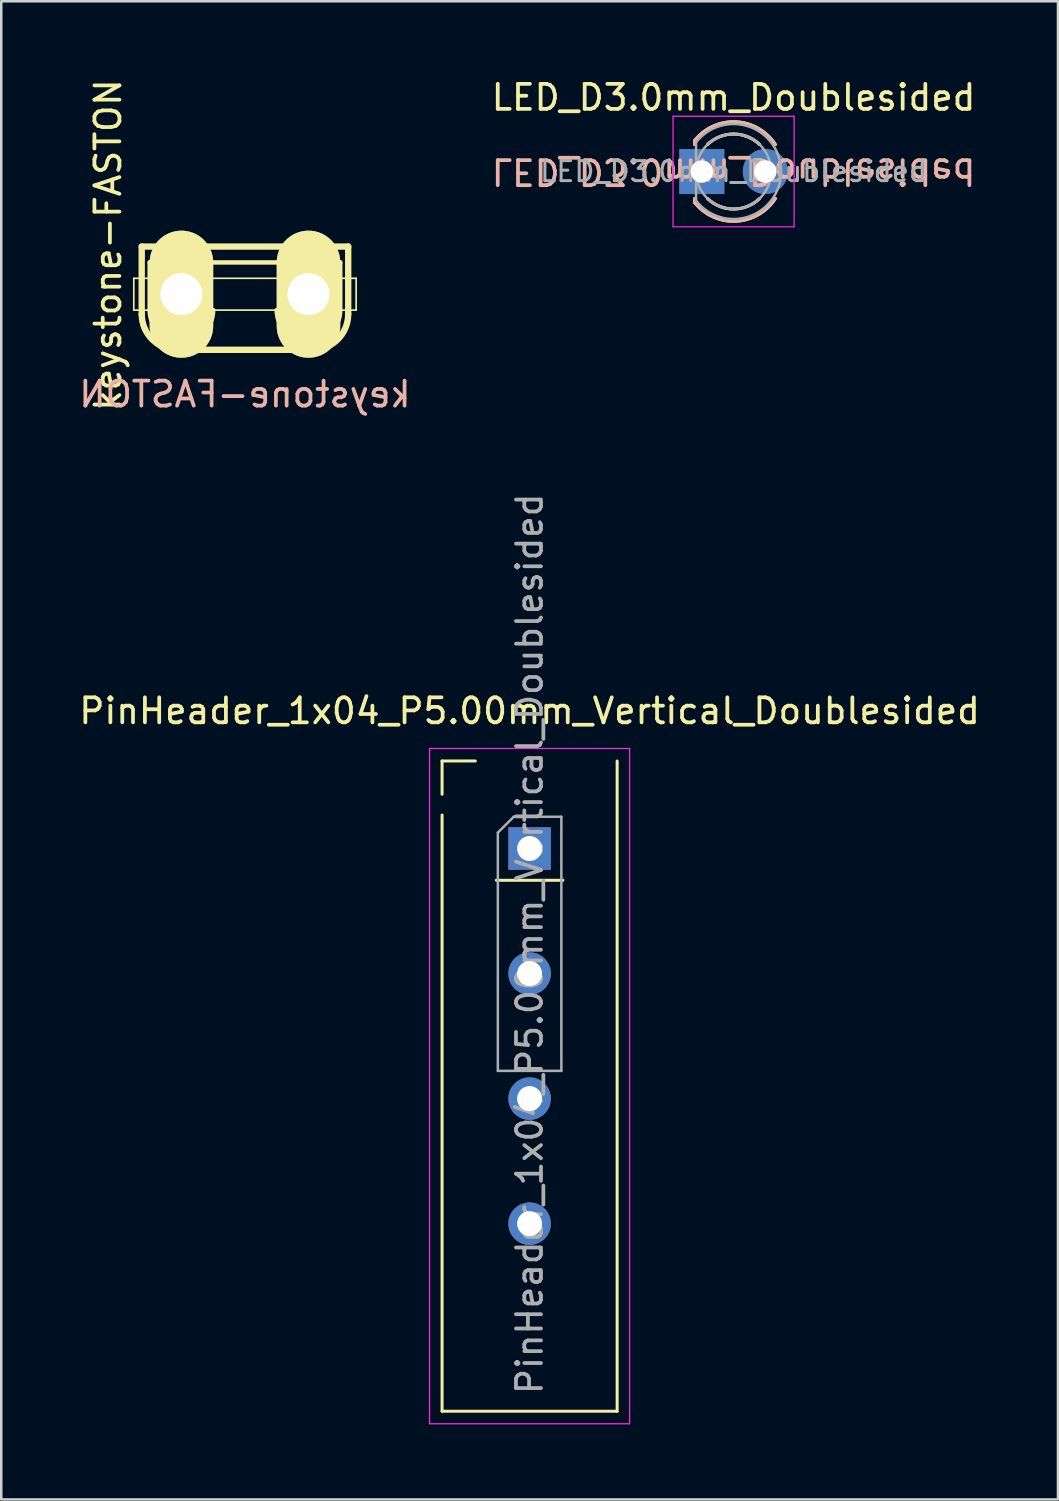
<source format=kicad_pcb>
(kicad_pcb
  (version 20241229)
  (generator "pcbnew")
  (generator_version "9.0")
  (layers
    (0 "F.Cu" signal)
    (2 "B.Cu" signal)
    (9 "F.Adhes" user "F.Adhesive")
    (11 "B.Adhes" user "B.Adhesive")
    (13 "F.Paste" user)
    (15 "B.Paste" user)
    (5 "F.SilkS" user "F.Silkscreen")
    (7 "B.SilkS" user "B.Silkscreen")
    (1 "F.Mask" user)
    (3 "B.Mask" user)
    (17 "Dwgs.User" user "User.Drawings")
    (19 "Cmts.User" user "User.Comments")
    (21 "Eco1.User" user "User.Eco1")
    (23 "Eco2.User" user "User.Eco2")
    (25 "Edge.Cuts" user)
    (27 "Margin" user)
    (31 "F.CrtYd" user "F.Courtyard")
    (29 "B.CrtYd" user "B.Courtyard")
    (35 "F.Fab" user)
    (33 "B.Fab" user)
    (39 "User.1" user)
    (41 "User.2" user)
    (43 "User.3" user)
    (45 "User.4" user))
  (footprint "LED_D3.0mm_Doublesided"
    (layer "F.Cu")
    (at 25.01 3.808)
    (property "Reference" "LED_D3.0mm_Doublesided" (at 1.27 -2.96 0) (layer "F.SilkS") (effects (font (size 1 1) (thickness 0.15))))
    (attr through_hole)
    (fp_line (start -0.29 -1.236) (end -0.29 -1.08) (stroke (width 0.12) (type solid)) (layer "F.SilkS"))
    (fp_line (start -0.29 1.08) (end -0.29 1.236) (stroke (width 0.12) (type solid)) (layer "F.SilkS"))
    (fp_arc (start -0.29 -1.235516) (mid 1.365624 -1.987701) (end 2.941397 -1.080061) (stroke (width 0.12) (type solid)) (layer "F.SilkS"))
    (fp_arc (start 0.229039 -1.08) (mid 1.269964 -1.5) (end 2.31091 -1.080049) (stroke (width 0.12) (type solid)) (layer "F.SilkS"))
    (fp_arc (start 2.31091 1.080049) (mid 1.269964 1.5) (end 0.229039 1.08) (stroke (width 0.12) (type solid)) (layer "F.SilkS"))
    (fp_arc (start 2.941397 1.080061) (mid 1.365624 1.987701) (end -0.29 1.235516) (stroke (width 0.12) (type solid)) (layer "F.SilkS"))
    (fp_line (start -0.29 -1.08) (end -0.29 -1.236) (stroke (width 0.12) (type solid)) (layer "B.SilkS"))
    (fp_line (start -0.29 1.236) (end -0.29 1.08) (stroke (width 0.12) (type solid)) (layer "B.SilkS"))
    (fp_arc (start -0.29 -1.235516) (mid 1.365624 -1.987701) (end 2.941397 -1.080061) (stroke (width 0.12) (type solid)) (layer "B.SilkS"))
    (fp_arc (start 0.229039 -1.08) (mid 1.269965 -1.5) (end 2.31091 -1.080049) (stroke (width 0.12) (type solid)) (layer "B.SilkS"))
    (fp_arc (start 2.31091 1.080049) (mid 1.269965 1.5) (end 0.229039 1.08) (stroke (width 0.12) (type solid)) (layer "B.SilkS"))
    (fp_arc (start 2.941397 1.080061) (mid 1.365624 1.987701) (end -0.29 1.235516) (stroke (width 0.12) (type solid)) (layer "B.SilkS"))
    (fp_line (start -1.15 -2.21) (end -1.15 2.21) (stroke (width 0.05) (type solid)) (layer "F.CrtYd"))
    (fp_line (start -1.15 2.21) (end 3.69 2.21) (stroke (width 0.05) (type solid)) (layer "F.CrtYd"))
    (fp_line (start 3.69 -2.21) (end -1.15 -2.21) (stroke (width 0.05) (type solid)) (layer "F.CrtYd"))
    (fp_line (start 3.69 2.21) (end 3.69 -2.21) (stroke (width 0.05) (type solid)) (layer "F.CrtYd"))
    (fp_line (start -0.23 -1.166) (end -0.23 1.166) (stroke (width 0.1) (type solid)) (layer "F.Fab"))
    (fp_arc (start -0.23 -1.16619) (mid 3.17 -0.000037) (end -0.229955 1.166249) (stroke (width 0.1) (type solid)) (layer "F.Fab"))
    (fp_circle (center 1.27 0) (end 2.77 0) (stroke (width 0.1) (type solid)) (fill no) (layer "F.Fab"))
    (fp_text user "${REFERENCE}" (at 1.27 0 180) (unlocked yes) (layer "B.SilkS") (effects (font (size 1 1) (thickness 0.15)) (justify mirror)))
    (fp_text user "${REFERENCE}" (at 1.27 0 0) (layer "F.Fab") (effects (font (size 0.8 0.8) (thickness 0.12))))
    (pad "1" thru_hole rect (at 0 0) (size 1.8 1.8) (drill 0.9) (layers "*.Cu" "*.Mask"))
    (pad "2" thru_hole circle (at 2.54 0) (size 1.8 1.8) (drill 0.9) (layers "*.Cu" "*.Mask")))
  (footprint "PinHeader_1x04_P5.00mm_Vertical_Doublesided"
    (layer "F.Cu")
    (at 18.125 30.876)
    (property "Reference" "PinHeader_1x04_P5.00mm_Vertical_Doublesided" (at 0 -5.5 0) (layer "F.SilkS") (effects (font (size 1 1) (thickness 0.15))))
    (attr through_hole)
    (fp_line (start -3.5 -3.5) (end -2.17 -3.5) (stroke (width 0.12) (type solid)) (layer "F.SilkS"))
    (fp_line (start -3.5 -2.17) (end -3.5 -3.5) (stroke (width 0.12) (type solid)) (layer "F.SilkS"))
    (fp_line (start -3.5 -1.34) (end -3.5 22.5) (stroke (width 0.12) (type solid)) (layer "F.SilkS"))
    (fp_line (start -3.5 22.5) (end 3.5 22.5) (stroke (width 0.12) (type solid)) (layer "F.SilkS"))
    (fp_line (start -1.33 1.27) (end 1.33 1.27) (stroke (width 0.12) (type solid)) (layer "F.SilkS"))
    (fp_line (start 3.5 -3.5) (end 3.5 22.5) (stroke (width 0.12) (type solid)) (layer "F.SilkS"))
    (fp_line (start -4 -4) (end -4 23) (stroke (width 0.05) (type solid)) (layer "F.CrtYd"))
    (fp_line (start -4 23) (end 4 23) (stroke (width 0.05) (type solid)) (layer "F.CrtYd"))
    (fp_line (start 4 -4) (end -4 -4) (stroke (width 0.05) (type solid)) (layer "F.CrtYd"))
    (fp_line (start 4 23) (end 4 -4) (stroke (width 0.05) (type solid)) (layer "F.CrtYd"))
    (fp_line (start -1.27 -0.635) (end -0.635 -1.27) (stroke (width 0.1) (type solid)) (layer "F.Fab"))
    (fp_line (start -1.27 8.89) (end -1.27 -0.635) (stroke (width 0.1) (type solid)) (layer "F.Fab"))
    (fp_line (start -0.635 -1.27) (end 1.27 -1.27) (stroke (width 0.1) (type solid)) (layer "F.Fab"))
    (fp_line (start 1.27 -1.27) (end 1.27 8.89) (stroke (width 0.1) (type solid)) (layer "F.Fab"))
    (fp_line (start 1.27 8.89) (end -1.27 8.89) (stroke (width 0.1) (type solid)) (layer "F.Fab"))
    (fp_text user "${REFERENCE}" (at 0 3.81 90) (layer "F.Fab") (effects (font (size 1 1) (thickness 0.15))))
    (pad "1" thru_hole rect (at 0 0) (size 1.7 1.7) (drill 1) (layers "*.Cu" "*.Mask"))
    (pad "2" thru_hole oval (at 0 5) (size 1.7 1.7) (drill 1) (layers "*.Cu" "*.Mask"))
    (pad "3" thru_hole oval (at 0 10) (size 1.7 1.7) (drill 1) (layers "*.Cu" "*.Mask"))
    (pad "4" thru_hole oval (at 0 15) (size 1.7 1.7) (drill 1) (layers "*.Cu" "*.Mask")))
  (footprint "keystone-FASTON"
    (layer "F.Cu")
    (at 6.744 8.713)
    (property "Reference" "keystone-FASTON" (at -5.474 -1.968 90) (layer "F.SilkS") (effects (font (size 1 1) (thickness 0.15))))
    (attr exclude_from_pos_files exclude_from_bom)
    (fp_line (start -4.445 -0.635) (end -3.493 -0.635) (stroke (width 0.066) (type solid)) (layer "F.SilkS"))
    (fp_line (start -4.445 0.635) (end -4.445 -0.635) (stroke (width 0.066) (type solid)) (layer "F.SilkS"))
    (fp_line (start -4.445 0.635) (end -3.493 0.635) (stroke (width 0.066) (type solid)) (layer "F.SilkS"))
    (fp_line (start -4.128 -1.905) (end 4.128 -1.905) (stroke (width 0.254) (type solid)) (layer "F.SilkS"))
    (fp_line (start -4.128 0.8) (end -4.128 -1.905) (stroke (width 0.254) (type solid)) (layer "F.SilkS"))
    (fp_line (start -3.81 -1.27) (end 3.81 -1.27) (stroke (width 0.178) (type solid)) (layer "F.SilkS"))
    (fp_line (start -3.81 0.635) (end -3.81 -1.27) (stroke (width 0.178) (type solid)) (layer "F.SilkS"))
    (fp_line (start -3.493 -0.635) (end -1.587 -0.635) (stroke (width 0.066) (type solid)) (layer "F.SilkS"))
    (fp_line (start -3.493 0.635) (end -3.493 -0.635) (stroke (width 0.066) (type solid)) (layer "F.SilkS"))
    (fp_line (start -3.493 0.635) (end -3.493 -0.635) (stroke (width 0.066) (type solid)) (layer "F.SilkS"))
    (fp_line (start -3.493 0.635) (end -1.587 0.635) (stroke (width 0.066) (type solid)) (layer "F.SilkS"))
    (fp_line (start -1.587 -0.635) (end 1.587 -0.635) (stroke (width 0.066) (type solid)) (layer "F.SilkS"))
    (fp_line (start -1.587 0.635) (end -1.587 -0.635) (stroke (width 0.066) (type solid)) (layer "F.SilkS"))
    (fp_line (start -1.587 0.635) (end -1.587 -0.635) (stroke (width 0.066) (type solid)) (layer "F.SilkS"))
    (fp_line (start -1.587 0.635) (end 1.587 0.635) (stroke (width 0.066) (type solid)) (layer "F.SilkS"))
    (fp_line (start 1.587 -0.635) (end 3.493 -0.635) (stroke (width 0.066) (type solid)) (layer "F.SilkS"))
    (fp_line (start 1.587 0.635) (end 1.587 -0.635) (stroke (width 0.066) (type solid)) (layer "F.SilkS"))
    (fp_line (start 1.587 0.635) (end 1.587 -0.635) (stroke (width 0.066) (type solid)) (layer "F.SilkS"))
    (fp_line (start 1.587 0.635) (end 3.493 0.635) (stroke (width 0.066) (type solid)) (layer "F.SilkS"))
    (fp_line (start 2.705 2.223) (end -2.705 2.223) (stroke (width 0.254) (type solid)) (layer "F.SilkS"))
    (fp_line (start 3.493 -0.635) (end 4.445 -0.635) (stroke (width 0.066) (type solid)) (layer "F.SilkS"))
    (fp_line (start 3.493 0.635) (end 3.493 -0.635) (stroke (width 0.066) (type solid)) (layer "F.SilkS"))
    (fp_line (start 3.493 0.635) (end 3.493 -0.635) (stroke (width 0.066) (type solid)) (layer "F.SilkS"))
    (fp_line (start 3.493 0.635) (end 4.445 0.635) (stroke (width 0.066) (type solid)) (layer "F.SilkS"))
    (fp_line (start 3.81 -1.27) (end 3.81 0.635) (stroke (width 0.178) (type solid)) (layer "F.SilkS"))
    (fp_line (start 4.128 -1.905) (end 4.128 0.8) (stroke (width 0.254) (type solid)) (layer "F.SilkS"))
    (fp_line (start 4.445 0.635) (end 4.445 -0.635) (stroke (width 0.066) (type solid)) (layer "F.SilkS"))
    (fp_arc (start -2.7051 2.2225) (mid -3.710889 1.805889) (end -4.1275 0.8001) (stroke (width 0.254) (type solid)) (layer "F.SilkS"))
    (fp_arc (start -1.27 0.635) (mid -2.54 1.905) (end -3.81 0.635) (stroke (width 0.1778) (type solid)) (layer "F.SilkS"))
    (fp_arc (start 3.81 0.635) (mid 2.54 1.905) (end 1.27 0.635) (stroke (width 0.1778) (type solid)) (layer "F.SilkS"))
    (fp_arc (start 4.1275 0.8001) (mid 3.710889 1.805889) (end 2.7051 2.2225) (stroke (width 0.254) (type solid)) (layer "F.SilkS"))
    (fp_text user "${REFERENCE}" (at 0 4 0) (unlocked yes) (layer "B.SilkS") (effects (font (size 1 1) (thickness 0.15)) (justify mirror)))
    (pad "1" thru_hole oval (at -2.54 0) (size 2.54 5.08) (drill 1.676) (layers "*.Cu" "F.Mask" "F.SilkS" "F.Paste"))
    (pad "2" thru_hole oval (at 2.54 0) (size 2.54 5.08) (drill 1.676) (layers "*.Cu" "F.Mask" "F.SilkS" "F.Paste")))
  (gr_rect
    (start -3 -3)
    (end 39.25 56.901)
    (stroke (width 0.1) (type default))
    (fill no)
    (layer "Edge.Cuts")))
</source>
